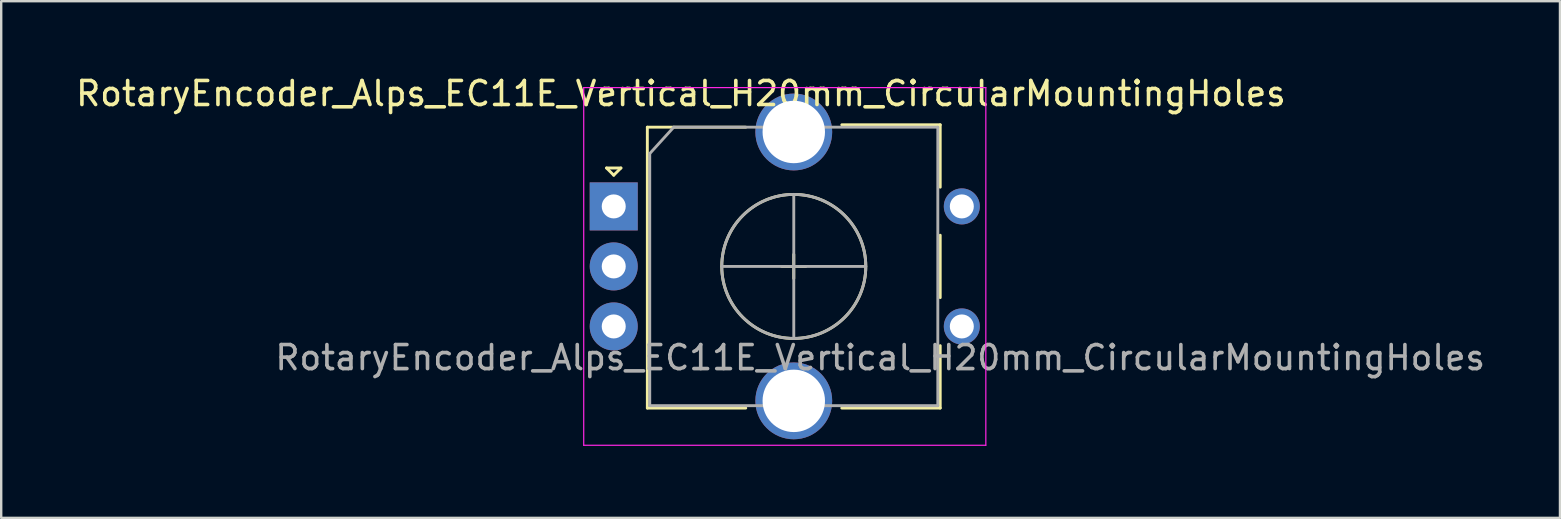
<source format=kicad_pcb>
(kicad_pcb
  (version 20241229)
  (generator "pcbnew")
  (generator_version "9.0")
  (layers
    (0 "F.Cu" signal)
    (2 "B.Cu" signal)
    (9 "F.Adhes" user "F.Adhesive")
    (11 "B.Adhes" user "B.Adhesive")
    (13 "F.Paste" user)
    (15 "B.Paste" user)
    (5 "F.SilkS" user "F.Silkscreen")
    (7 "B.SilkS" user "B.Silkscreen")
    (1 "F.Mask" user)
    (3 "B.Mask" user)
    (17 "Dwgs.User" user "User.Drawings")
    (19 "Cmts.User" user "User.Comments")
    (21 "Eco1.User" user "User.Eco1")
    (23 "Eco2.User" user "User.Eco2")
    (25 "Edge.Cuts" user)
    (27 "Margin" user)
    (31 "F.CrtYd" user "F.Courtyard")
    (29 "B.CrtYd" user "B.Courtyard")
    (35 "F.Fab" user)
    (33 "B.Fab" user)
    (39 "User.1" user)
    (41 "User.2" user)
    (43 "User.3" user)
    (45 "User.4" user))
  (footprint "RotaryEncoder_Alps_EC11E_Vertical_H20mm_CircularMountingHoles"
    (layer "F.Cu")
    (at 22.515 5.548)
    (property "Reference" "RotaryEncoder_Alps_EC11E_Vertical_H20mm_CircularMountingHoles" (at 2.8 -4.7 0) (layer "F.SilkS") (effects (font (size 1 1) (thickness 0.15))))
    (attr through_hole)
    (fp_line (start -0.3 -1.6) (end 0.3 -1.6) (stroke (width 0.12) (type solid)) (layer "F.SilkS"))
    (fp_line (start 0 -1.3) (end -0.3 -1.6) (stroke (width 0.12) (type solid)) (layer "F.SilkS"))
    (fp_line (start 0.3 -1.6) (end 0 -1.3) (stroke (width 0.12) (type solid)) (layer "F.SilkS"))
    (fp_line (start 1.4 -3.3) (end 1.4 8.4) (stroke (width 0.12) (type solid)) (layer "F.SilkS"))
    (fp_line (start 5.5 -3.3) (end 1.4 -3.3) (stroke (width 0.12) (type solid)) (layer "F.SilkS"))
    (fp_line (start 5.5 8.4) (end 1.4 8.4) (stroke (width 0.12) (type solid)) (layer "F.SilkS"))
    (fp_line (start 7 2.5) (end 8 2.5) (stroke (width 0.12) (type solid)) (layer "F.SilkS"))
    (fp_line (start 7.5 2) (end 7.5 3) (stroke (width 0.12) (type solid)) (layer "F.SilkS"))
    (fp_line (start 9.5 -3.4) (end 13.6 -3.4) (stroke (width 0.12) (type solid)) (layer "F.SilkS"))
    (fp_line (start 13.6 -3.4) (end 13.6 -0.8) (stroke (width 0.12) (type solid)) (layer "F.SilkS"))
    (fp_line (start 13.6 1.2) (end 13.6 3.8) (stroke (width 0.12) (type solid)) (layer "F.SilkS"))
    (fp_line (start 13.6 5.8) (end 13.6 8.4) (stroke (width 0.12) (type solid)) (layer "F.SilkS"))
    (fp_line (start 13.6 8.4) (end 9.5 8.4) (stroke (width 0.12) (type solid)) (layer "F.SilkS"))
    (fp_circle (center 7.5 2.5) (end 10.5 2.5) (stroke (width 0.12) (type solid)) (fill no) (layer "F.SilkS"))
    (fp_line (start -1.25 -4.95) (end -1.25 9.95) (stroke (width 0.05) (type solid)) (layer "F.CrtYd"))
    (fp_line (start -1.25 -4.95) (end 15.5 -4.95) (stroke (width 0.05) (type solid)) (layer "F.CrtYd"))
    (fp_line (start 15.5 9.95) (end -1.25 9.95) (stroke (width 0.05) (type solid)) (layer "F.CrtYd"))
    (fp_line (start 15.5 9.95) (end 15.5 -4.95) (stroke (width 0.05) (type solid)) (layer "F.CrtYd"))
    (fp_line (start 1.5 -2.2) (end 2.5 -3.3) (stroke (width 0.12) (type solid)) (layer "F.Fab"))
    (fp_line (start 1.5 8.3) (end 1.5 -2.2) (stroke (width 0.12) (type solid)) (layer "F.Fab"))
    (fp_line (start 2.5 -3.3) (end 13.5 -3.3) (stroke (width 0.12) (type solid)) (layer "F.Fab"))
    (fp_line (start 4.5 2.5) (end 10.5 2.5) (stroke (width 0.12) (type solid)) (layer "F.Fab"))
    (fp_line (start 7.5 -0.5) (end 7.5 5.5) (stroke (width 0.12) (type solid)) (layer "F.Fab"))
    (fp_line (start 13.5 -3.3) (end 13.5 8.3) (stroke (width 0.12) (type solid)) (layer "F.Fab"))
    (fp_line (start 13.5 8.3) (end 1.5 8.3) (stroke (width 0.12) (type solid)) (layer "F.Fab"))
    (fp_circle (center 7.5 2.5) (end 10.5 2.5) (stroke (width 0.12) (type solid)) (fill no) (layer "F.Fab"))
    (fp_text user "${REFERENCE}" (at 11.1 6.3 0) (layer "F.Fab") (effects (font (size 1 1) (thickness 0.15))))
    (pad "" thru_hole circle (at 14.5 0) (size 1.5 1.5) (drill 1) (layers "*.Cu" "*.Mask"))
    (pad "" thru_hole circle (at 14.5 5) (size 1.5 1.5) (drill 1) (layers "*.Cu" "*.Mask"))
    (pad "A" thru_hole rect (at 0 0) (size 2 2) (drill 1) (layers "*.Cu" "*.Mask"))
    (pad "B" thru_hole circle (at 0 5) (size 2 2) (drill 1) (layers "*.Cu" "*.Mask"))
    (pad "C" thru_hole circle (at 0 2.5) (size 2 2) (drill 1) (layers "*.Cu" "*.Mask"))
    (pad "MP" thru_hole circle (at 7.5 -3.1) (size 3.2 3.2) (drill 2.6) (layers "*.Cu" "*.Mask"))
    (pad "MP" thru_hole circle (at 7.5 8.1) (size 3.2 3.2) (drill 2.6) (layers "*.Cu" "*.Mask")))
  (gr_rect
    (start -3 -3)
    (end 61.931 18.523)
    (stroke (width 0.1) (type default))
    (fill no)
    (layer "Edge.Cuts")))
</source>
